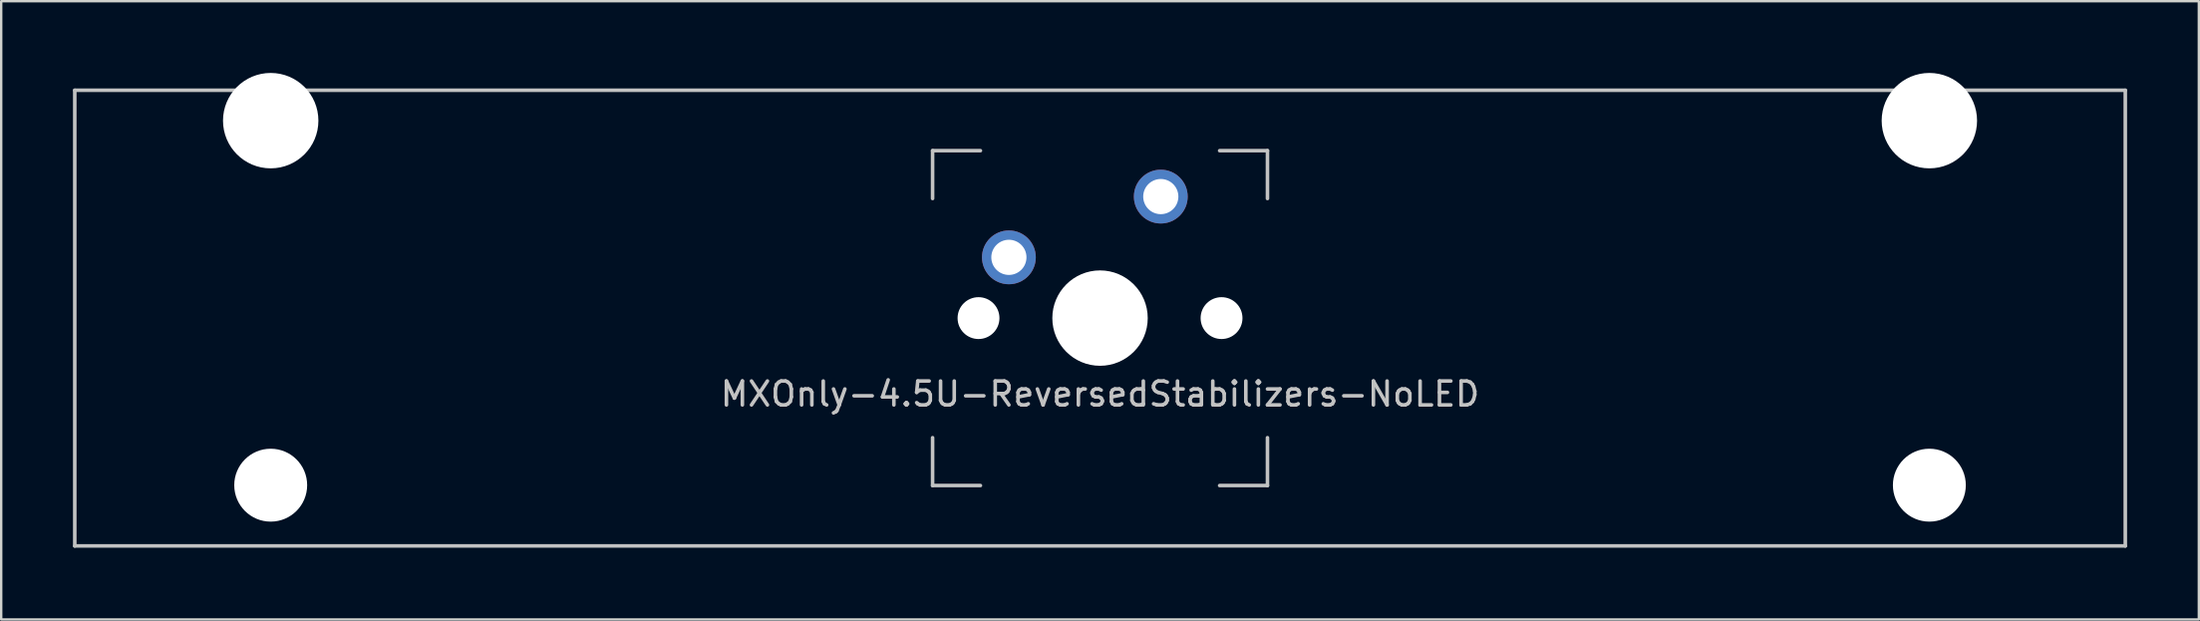
<source format=kicad_pcb>
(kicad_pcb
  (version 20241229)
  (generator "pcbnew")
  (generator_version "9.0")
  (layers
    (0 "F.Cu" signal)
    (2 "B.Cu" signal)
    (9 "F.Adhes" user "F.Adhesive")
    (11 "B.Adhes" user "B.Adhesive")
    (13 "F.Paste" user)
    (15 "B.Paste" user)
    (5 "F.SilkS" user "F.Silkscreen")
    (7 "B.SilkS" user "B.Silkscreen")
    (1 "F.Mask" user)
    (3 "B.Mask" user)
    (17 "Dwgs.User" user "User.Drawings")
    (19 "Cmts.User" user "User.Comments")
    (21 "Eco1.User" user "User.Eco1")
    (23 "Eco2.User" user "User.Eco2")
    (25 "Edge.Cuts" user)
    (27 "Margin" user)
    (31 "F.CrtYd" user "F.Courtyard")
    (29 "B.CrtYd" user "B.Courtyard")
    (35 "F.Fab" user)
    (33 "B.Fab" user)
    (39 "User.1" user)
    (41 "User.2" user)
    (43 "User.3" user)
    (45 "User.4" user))
  (footprint "MXOnly-4.5U-ReversedStabilizers-NoLED"
    (layer "F.Cu")
    (at 42.938 10.249)
    (property "Reference" "MXOnly-4.5U-ReversedStabilizers-NoLED" (at 0 3.175 0) (layer "Dwgs.User") (effects (font (size 1 1) (thickness 0.15))))
    (attr through_hole)
    (fp_line (start -42.862 -9.525) (end 42.862 -9.525) (stroke (width 0.15) (type solid)) (layer "Dwgs.User"))
    (fp_line (start -42.862 9.525) (end -42.862 -9.525) (stroke (width 0.15) (type solid)) (layer "Dwgs.User"))
    (fp_line (start -42.862 9.525) (end 42.862 9.525) (stroke (width 0.15) (type solid)) (layer "Dwgs.User"))
    (fp_line (start -7 -7) (end -7 -5) (stroke (width 0.15) (type solid)) (layer "Dwgs.User"))
    (fp_line (start -7 5) (end -7 7) (stroke (width 0.15) (type solid)) (layer "Dwgs.User"))
    (fp_line (start -7 7) (end -5 7) (stroke (width 0.15) (type solid)) (layer "Dwgs.User"))
    (fp_line (start -5 -7) (end -7 -7) (stroke (width 0.15) (type solid)) (layer "Dwgs.User"))
    (fp_line (start 5 -7) (end 7 -7) (stroke (width 0.15) (type solid)) (layer "Dwgs.User"))
    (fp_line (start 5 7) (end 7 7) (stroke (width 0.15) (type solid)) (layer "Dwgs.User"))
    (fp_line (start 7 -7) (end 7 -5) (stroke (width 0.15) (type solid)) (layer "Dwgs.User"))
    (fp_line (start 7 7) (end 7 5) (stroke (width 0.15) (type solid)) (layer "Dwgs.User"))
    (fp_line (start 42.862 -9.525) (end 42.862 9.525) (stroke (width 0.15) (type solid)) (layer "Dwgs.User"))
    (pad "" np_thru_hole circle (at -34.671 -8.255) (size 3.988 3.988) (drill 3.988) (layers "*.Cu" "*.Mask"))
    (pad "" np_thru_hole circle (at -34.671 6.985) (size 3.048 3.048) (drill 3.048) (layers "*.Cu" "*.Mask"))
    (pad "" np_thru_hole circle (at -5.08 0 48.1) (size 1.75 1.75) (drill 1.75) (layers "*.Cu" "*.Mask"))
    (pad "" np_thru_hole circle (at 0 0) (size 3.988 3.988) (drill 3.988) (layers "*.Cu" "*.Mask"))
    (pad "" np_thru_hole circle (at 5.08 0 48.1) (size 1.75 1.75) (drill 1.75) (layers "*.Cu" "*.Mask"))
    (pad "" np_thru_hole circle (at 34.671 -8.255) (size 3.988 3.988) (drill 3.988) (layers "*.Cu" "*.Mask"))
    (pad "" np_thru_hole circle (at 34.671 6.985) (size 3.048 3.048) (drill 3.048) (layers "*.Cu" "*.Mask"))
    (pad "1" thru_hole circle (at -3.81 -2.54 48.1) (size 2.25 2.25) (drill 1.47) (layers "*.Cu" "B.Mask"))
    (pad "2" thru_hole circle (at 2.54 -5.08) (size 2.25 2.25) (drill 1.47) (layers "*.Cu" "B.Mask")))
  (gr_rect
    (start -3 -3)
    (end 88.875 22.849)
    (stroke (width 0.1) (type default))
    (fill no)
    (layer "Edge.Cuts")))
</source>
